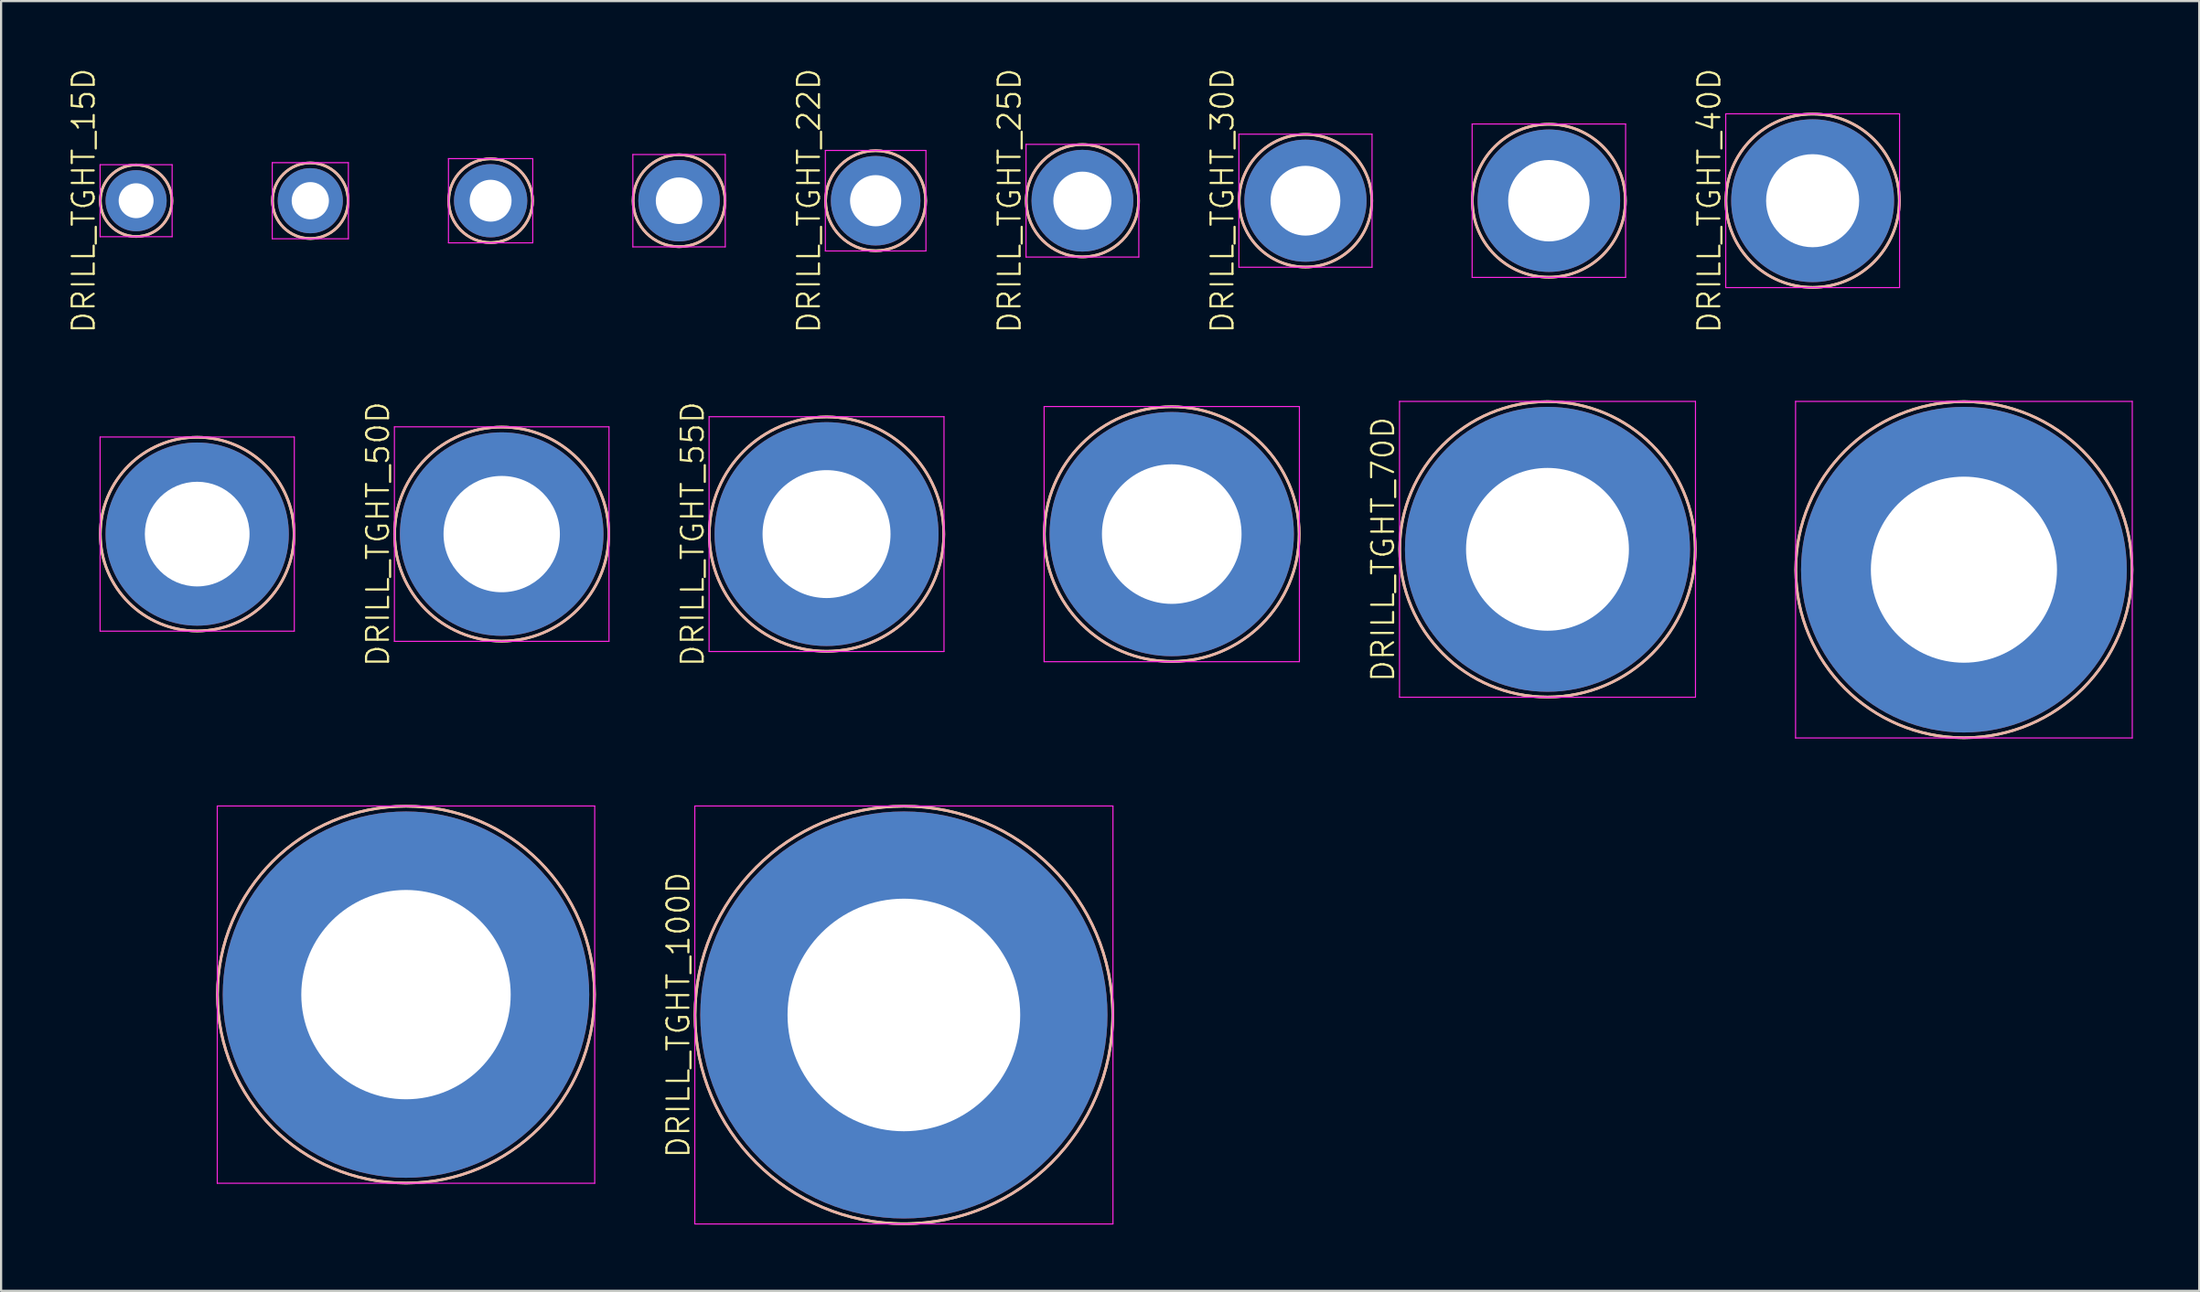
<source format=kicad_pcb>
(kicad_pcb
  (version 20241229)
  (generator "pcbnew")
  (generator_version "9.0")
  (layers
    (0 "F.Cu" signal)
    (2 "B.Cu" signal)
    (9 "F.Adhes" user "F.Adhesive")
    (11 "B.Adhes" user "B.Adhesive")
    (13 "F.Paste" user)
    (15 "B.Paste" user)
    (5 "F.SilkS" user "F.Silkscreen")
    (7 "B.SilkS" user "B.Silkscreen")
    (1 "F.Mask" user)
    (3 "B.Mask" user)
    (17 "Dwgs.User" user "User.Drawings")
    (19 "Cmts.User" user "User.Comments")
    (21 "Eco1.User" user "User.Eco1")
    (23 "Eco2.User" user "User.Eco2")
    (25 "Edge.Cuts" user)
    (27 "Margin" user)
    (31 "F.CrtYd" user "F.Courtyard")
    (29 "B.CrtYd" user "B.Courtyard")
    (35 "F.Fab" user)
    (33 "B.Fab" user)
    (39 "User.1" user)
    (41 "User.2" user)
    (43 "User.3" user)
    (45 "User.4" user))
  (footprint "DRILL_TGHT_40D"
    (layer "F.Cu")
    (at 79.531 6.098)
    (property "Reference" "DRILL_TGHT_40D" (at -4.71 0 90) (layer "F.SilkS") (effects (font (size 1 1) (thickness 0.1))))
    (attr through_hole)
    (fp_circle (center 0 0) (end 3.95 0) (stroke (width 0.12) (type solid)) (fill no) (layer "F.SilkS"))
    (fp_circle (center 0 0) (end 3.95 0) (stroke (width 0.12) (type solid)) (fill no) (layer "B.SilkS"))
    (fp_line (start -3.96 -3.96) (end -3.96 3.96) (stroke (width 0.05) (type solid)) (layer "F.CrtYd"))
    (fp_line (start -3.96 3.96) (end 3.96 3.96) (stroke (width 0.05) (type solid)) (layer "F.CrtYd"))
    (fp_line (start 3.96 -3.96) (end -3.96 -3.96) (stroke (width 0.05) (type solid)) (layer "F.CrtYd"))
    (fp_line (start 3.96 3.96) (end 3.96 -3.96) (stroke (width 0.05) (type solid)) (layer "F.CrtYd"))
    (pad "1" thru_hole oval (at 0 0) (size 7.42 7.42) (drill 4.24) (layers "*.Cu" "*.Mask")))
  (footprint "DRILL_TGHT_45D"
    (layer "F.Cu")
    (at 5.934 21.293)
    (property "Reference" "DRILL_TGHT_45D" (at -5.174 0 90) (layer "User.1") (effects (font (size 1 1) (thickness 0.1))))
    (attr through_hole)
    (fp_circle (center 0 0) (end 4.414 0) (stroke (width 0.12) (type solid)) (fill no) (layer "F.SilkS"))
    (fp_circle (center 0 0) (end 4.414 0) (stroke (width 0.12) (type solid)) (fill no) (layer "B.SilkS"))
    (fp_line (start -4.424 -4.424) (end -4.424 4.424) (stroke (width 0.05) (type solid)) (layer "F.CrtYd"))
    (fp_line (start -4.424 4.424) (end 4.424 4.424) (stroke (width 0.05) (type solid)) (layer "F.CrtYd"))
    (fp_line (start 4.424 -4.424) (end -4.424 -4.424) (stroke (width 0.05) (type solid)) (layer "F.CrtYd"))
    (fp_line (start 4.424 4.424) (end 4.424 -4.424) (stroke (width 0.05) (type solid)) (layer "F.CrtYd"))
    (pad "1" thru_hole oval (at 0 0) (size 8.348 8.348) (drill 4.77) (layers "*.Cu" "*.Mask")))
  (footprint "DRILL_TGHT_18D"
    (layer "F.Cu")
    (at 19.302 6.098)
    (property "Reference" "DRILL_TGHT_18D" (at -2.67 0 90) (layer "User.1") (effects (font (size 1 1) (thickness 0.1))))
    (attr through_hole)
    (fp_circle (center 0 0) (end 1.91 0) (stroke (width 0.12) (type solid)) (fill no) (layer "F.SilkS"))
    (fp_circle (center 0 0) (end 1.91 0) (stroke (width 0.12) (type solid)) (fill no) (layer "B.SilkS"))
    (fp_line (start -1.92 -1.92) (end -1.92 1.92) (stroke (width 0.05) (type solid)) (layer "F.CrtYd"))
    (fp_line (start -1.92 1.92) (end 1.92 1.92) (stroke (width 0.05) (type solid)) (layer "F.CrtYd"))
    (fp_line (start 1.92 -1.92) (end -1.92 -1.92) (stroke (width 0.05) (type solid)) (layer "F.CrtYd"))
    (fp_line (start 1.92 1.92) (end 1.92 -1.92) (stroke (width 0.05) (type solid)) (layer "F.CrtYd"))
    (pad "1" thru_hole oval (at 0 0) (size 3.339 3.339) (drill 1.908) (layers "*.Cu" "*.Mask")))
  (footprint "DRILL_TGHT_70D"
    (layer "F.Cu")
    (at 67.451 21.987)
    (property "Reference" "DRILL_TGHT_70D" (at -7.492 0 90) (layer "F.SilkS") (effects (font (size 1 1) (thickness 0.1))))
    (attr through_hole)
    (fp_circle (center 0 0) (end 6.732 0) (stroke (width 0.12) (type solid)) (fill no) (layer "F.SilkS"))
    (fp_circle (center 0 0) (end 6.732 0) (stroke (width 0.12) (type solid)) (fill no) (layer "B.SilkS"))
    (fp_line (start -6.742 -6.742) (end -6.742 6.742) (stroke (width 0.05) (type solid)) (layer "F.CrtYd"))
    (fp_line (start -6.742 6.742) (end 6.742 6.742) (stroke (width 0.05) (type solid)) (layer "F.CrtYd"))
    (fp_line (start 6.742 -6.742) (end -6.742 -6.742) (stroke (width 0.05) (type solid)) (layer "F.CrtYd"))
    (fp_line (start 6.742 6.742) (end 6.742 -6.742) (stroke (width 0.05) (type solid)) (layer "F.CrtYd"))
    (pad "1" thru_hole oval (at 0 0) (size 12.985 12.985) (drill 7.42) (layers "*.Cu" "*.Mask")))
  (footprint "DRILL_TGHT_16D"
    (layer "F.Cu")
    (at 11.087 6.098)
    (property "Reference" "DRILL_TGHT_16D" (at -2.484 0 90) (layer "User.1") (effects (font (size 1 1) (thickness 0.1))))
    (attr through_hole)
    (fp_circle (center 0 0) (end 1.724 0) (stroke (width 0.12) (type solid)) (fill no) (layer "F.SilkS"))
    (fp_circle (center 0 0) (end 1.724 0) (stroke (width 0.12) (type solid)) (fill no) (layer "B.SilkS"))
    (fp_line (start -1.734 -1.734) (end -1.734 1.734) (stroke (width 0.05) (type solid)) (layer "F.CrtYd"))
    (fp_line (start -1.734 1.734) (end 1.734 1.734) (stroke (width 0.05) (type solid)) (layer "F.CrtYd"))
    (fp_line (start 1.734 -1.734) (end -1.734 -1.734) (stroke (width 0.05) (type solid)) (layer "F.CrtYd"))
    (fp_line (start 1.734 1.734) (end 1.734 -1.734) (stroke (width 0.05) (type solid)) (layer "F.CrtYd"))
    (pad "1" thru_hole oval (at 0 0) (size 2.968 2.968) (drill 1.696) (layers "*.Cu" "*.Mask")))
  (footprint "DRILL_TGHT_55D"
    (layer "F.Cu")
    (at 34.606 21.293)
    (property "Reference" "DRILL_TGHT_55D" (at -6.101 0 90) (layer "F.SilkS") (effects (font (size 1 1) (thickness 0.1))))
    (attr through_hole)
    (fp_circle (center 0 0) (end 5.341 0) (stroke (width 0.12) (type solid)) (fill no) (layer "F.SilkS"))
    (fp_circle (center 0 0) (end 5.341 0) (stroke (width 0.12) (type solid)) (fill no) (layer "B.SilkS"))
    (fp_line (start -5.351 -5.351) (end -5.351 5.351) (stroke (width 0.05) (type solid)) (layer "F.CrtYd"))
    (fp_line (start -5.351 5.351) (end 5.351 5.351) (stroke (width 0.05) (type solid)) (layer "F.CrtYd"))
    (fp_line (start 5.351 -5.351) (end -5.351 -5.351) (stroke (width 0.05) (type solid)) (layer "F.CrtYd"))
    (fp_line (start 5.351 5.351) (end 5.351 -5.351) (stroke (width 0.05) (type solid)) (layer "F.CrtYd"))
    (pad "1" thru_hole oval (at 0 0) (size 10.203 10.203) (drill 5.83) (layers "*.Cu" "*.Mask")))
  (footprint "DRILL_TGHT_20D"
    (layer "F.Cu")
    (at 27.887 6.098)
    (property "Reference" "DRILL_TGHT_20D" (at -2.855 0 90) (layer "User.1") (effects (font (size 1 1) (thickness 0.1))))
    (attr through_hole)
    (fp_circle (center 0 0) (end 2.095 0) (stroke (width 0.12) (type solid)) (fill no) (layer "F.SilkS"))
    (fp_circle (center 0 0) (end 2.095 0) (stroke (width 0.12) (type solid)) (fill no) (layer "B.SilkS"))
    (fp_line (start -2.105 -2.105) (end -2.105 2.105) (stroke (width 0.05) (type solid)) (layer "F.CrtYd"))
    (fp_line (start -2.105 2.105) (end 2.105 2.105) (stroke (width 0.05) (type solid)) (layer "F.CrtYd"))
    (fp_line (start 2.105 -2.105) (end -2.105 -2.105) (stroke (width 0.05) (type solid)) (layer "F.CrtYd"))
    (fp_line (start 2.105 2.105) (end 2.105 -2.105) (stroke (width 0.05) (type solid)) (layer "F.CrtYd"))
    (pad "1" thru_hole oval (at 0 0) (size 3.71 3.71) (drill 2.12) (layers "*.Cu" "*.Mask")))
  (footprint "DRILL_TGHT_25D"
    (layer "F.Cu")
    (at 46.263 6.098)
    (property "Reference" "DRILL_TGHT_25D" (at -3.319 0 90) (layer "F.SilkS") (effects (font (size 1 1) (thickness 0.1))))
    (attr through_hole)
    (fp_circle (center 0 0) (end 2.559 0) (stroke (width 0.12) (type solid)) (fill no) (layer "F.SilkS"))
    (fp_circle (center 0 0) (end 2.559 0) (stroke (width 0.12) (type solid)) (fill no) (layer "B.SilkS"))
    (fp_line (start -2.569 -2.569) (end -2.569 2.569) (stroke (width 0.05) (type solid)) (layer "F.CrtYd"))
    (fp_line (start -2.569 2.569) (end 2.569 2.569) (stroke (width 0.05) (type solid)) (layer "F.CrtYd"))
    (fp_line (start 2.569 -2.569) (end -2.569 -2.569) (stroke (width 0.05) (type solid)) (layer "F.CrtYd"))
    (fp_line (start 2.569 2.569) (end 2.569 -2.569) (stroke (width 0.05) (type solid)) (layer "F.CrtYd"))
    (pad "1" thru_hole oval (at 0 0) (size 4.638 4.638) (drill 2.65) (layers "*.Cu" "*.Mask")))
  (footprint "DRILL_TGHT_60D"
    (layer "F.Cu")
    (at 50.333 21.293)
    (property "Reference" "DRILL_TGHT_60D" (at -6.565 0 90) (layer "User.1") (effects (font (size 1 1) (thickness 0.1))))
    (attr through_hole)
    (fp_circle (center 0 0) (end 5.805 0) (stroke (width 0.12) (type solid)) (fill no) (layer "F.SilkS"))
    (fp_circle (center 0 0) (end 5.805 0) (stroke (width 0.12) (type solid)) (fill no) (layer "B.SilkS"))
    (fp_line (start -5.815 -5.815) (end -5.815 5.815) (stroke (width 0.05) (type solid)) (layer "F.CrtYd"))
    (fp_line (start -5.815 5.815) (end 5.815 5.815) (stroke (width 0.05) (type solid)) (layer "F.CrtYd"))
    (fp_line (start 5.815 -5.815) (end -5.815 -5.815) (stroke (width 0.05) (type solid)) (layer "F.CrtYd"))
    (fp_line (start 5.815 5.815) (end 5.815 -5.815) (stroke (width 0.05) (type solid)) (layer "F.CrtYd"))
    (pad "1" thru_hole oval (at 0 0) (size 11.13 11.13) (drill 6.36) (layers "*.Cu" "*.Mask")))
  (footprint "DRILL_TGHT_80D"
    (layer "F.Cu")
    (at 86.423 22.915)
    (property "Reference" "DRILL_TGHT_80D" (at -8.42 0 90) (layer "User.1") (effects (font (size 1 1) (thickness 0.1))))
    (attr through_hole)
    (fp_circle (center 0 0) (end 7.66 0) (stroke (width 0.12) (type solid)) (fill no) (layer "F.SilkS"))
    (fp_circle (center 0 0) (end 7.66 0) (stroke (width 0.12) (type solid)) (fill no) (layer "B.SilkS"))
    (fp_line (start -7.67 -7.67) (end -7.67 7.67) (stroke (width 0.05) (type solid)) (layer "F.CrtYd"))
    (fp_line (start -7.67 7.67) (end 7.67 7.67) (stroke (width 0.05) (type solid)) (layer "F.CrtYd"))
    (fp_line (start 7.67 -7.67) (end -7.67 -7.67) (stroke (width 0.05) (type solid)) (layer "F.CrtYd"))
    (fp_line (start 7.67 7.67) (end 7.67 -7.67) (stroke (width 0.05) (type solid)) (layer "F.CrtYd"))
    (pad "1" thru_hole oval (at 0 0) (size 14.84 14.84) (drill 8.48) (layers "*.Cu" "*.Mask")))
  (footprint "DRILL_TGHT_30D"
    (layer "F.Cu")
    (at 56.425 6.098)
    (property "Reference" "DRILL_TGHT_30D" (at -3.783 0 90) (layer "F.SilkS") (effects (font (size 1 1) (thickness 0.1))))
    (attr through_hole)
    (fp_circle (center 0 0) (end 3.022 0) (stroke (width 0.12) (type solid)) (fill no) (layer "F.SilkS"))
    (fp_circle (center 0 0) (end 3.022 0) (stroke (width 0.12) (type solid)) (fill no) (layer "B.SilkS"))
    (fp_line (start -3.033 -3.033) (end -3.033 3.033) (stroke (width 0.05) (type solid)) (layer "F.CrtYd"))
    (fp_line (start -3.033 3.033) (end 3.033 3.033) (stroke (width 0.05) (type solid)) (layer "F.CrtYd"))
    (fp_line (start 3.033 -3.033) (end -3.033 -3.033) (stroke (width 0.05) (type solid)) (layer "F.CrtYd"))
    (fp_line (start 3.033 3.033) (end 3.033 -3.033) (stroke (width 0.05) (type solid)) (layer "F.CrtYd"))
    (pad "1" thru_hole oval (at 0 0) (size 5.565 5.565) (drill 3.18) (layers "*.Cu" "*.Mask")))
  (footprint "DRILL_TGHT_90D"
    (layer "F.Cu")
    (at 15.446 42.283)
    (property "Reference" "DRILL_TGHT_90D" (at -9.348 0 0) (layer "User.1") (effects (font (size 1 1) (thickness 0.1))))
    (attr through_hole)
    (fp_circle (center 0 0) (end 8.588 0) (stroke (width 0.12) (type solid)) (fill no) (layer "F.SilkS"))
    (fp_circle (center 0 0) (end 8.588 0) (stroke (width 0.12) (type solid)) (fill no) (layer "B.SilkS"))
    (fp_line (start -8.598 -8.598) (end -8.598 8.598) (stroke (width 0.05) (type solid)) (layer "F.CrtYd"))
    (fp_line (start -8.598 8.598) (end 8.598 8.598) (stroke (width 0.05) (type solid)) (layer "F.CrtYd"))
    (fp_line (start 8.598 -8.598) (end -8.598 -8.598) (stroke (width 0.05) (type solid)) (layer "F.CrtYd"))
    (fp_line (start 8.598 8.598) (end 8.598 -8.598) (stroke (width 0.05) (type solid)) (layer "F.CrtYd"))
    (pad "1" thru_hole oval (at 0 0) (size 16.695 16.695) (drill 9.54) (layers "*.Cu" "*.Mask")))
  (footprint "DRILL_TGHT_50D"
    (layer "F.Cu")
    (at 19.807 21.293)
    (property "Reference" "DRILL_TGHT_50D" (at -5.638 0 90) (layer "F.SilkS") (effects (font (size 1 1) (thickness 0.1))))
    (attr through_hole)
    (fp_circle (center 0 0) (end 4.878 0) (stroke (width 0.12) (type solid)) (fill no) (layer "F.SilkS"))
    (fp_circle (center 0 0) (end 4.878 0) (stroke (width 0.12) (type solid)) (fill no) (layer "B.SilkS"))
    (fp_line (start -4.888 -4.888) (end -4.888 4.888) (stroke (width 0.05) (type solid)) (layer "F.CrtYd"))
    (fp_line (start -4.888 4.888) (end 4.888 4.888) (stroke (width 0.05) (type solid)) (layer "F.CrtYd"))
    (fp_line (start 4.888 -4.888) (end -4.888 -4.888) (stroke (width 0.05) (type solid)) (layer "F.CrtYd"))
    (fp_line (start 4.888 4.888) (end 4.888 -4.888) (stroke (width 0.05) (type solid)) (layer "F.CrtYd"))
    (pad "1" thru_hole oval (at 0 0) (size 9.275 9.275) (drill 5.3) (layers "*.Cu" "*.Mask")))
  (footprint "DRILL_TGHT_15D"
    (layer "F.Cu")
    (at 3.151 6.098)
    (property "Reference" "DRILL_TGHT_15D" (at -2.391 0 90) (layer "F.SilkS") (effects (font (size 1 1) (thickness 0.1))))
    (attr through_hole)
    (fp_circle (center 0 0) (end 1.631 0) (stroke (width 0.12) (type solid)) (fill no) (layer "F.SilkS"))
    (fp_circle (center 0 0) (end 1.631 0) (stroke (width 0.12) (type solid)) (fill no) (layer "B.SilkS"))
    (fp_line (start -1.641 -1.641) (end -1.641 1.641) (stroke (width 0.05) (type solid)) (layer "F.CrtYd"))
    (fp_line (start -1.641 1.641) (end 1.641 1.641) (stroke (width 0.05) (type solid)) (layer "F.CrtYd"))
    (fp_line (start 1.641 -1.641) (end -1.641 -1.641) (stroke (width 0.05) (type solid)) (layer "F.CrtYd"))
    (fp_line (start 1.641 1.641) (end 1.641 -1.641) (stroke (width 0.05) (type solid)) (layer "F.CrtYd"))
    (pad "1" thru_hole oval (at 0 0) (size 2.783 2.783) (drill 1.59) (layers "*.Cu" "*.Mask")))
  (footprint "DRILL_TGHT_22D"
    (layer "F.Cu")
    (at 36.843 6.098)
    (property "Reference" "DRILL_TGHT_22D" (at -3.041 0 90) (layer "F.SilkS") (effects (font (size 1 1) (thickness 0.1))))
    (attr through_hole)
    (fp_circle (center 0 0) (end 2.28 0) (stroke (width 0.12) (type solid)) (fill no) (layer "F.SilkS"))
    (fp_circle (center 0 0) (end 2.28 0) (stroke (width 0.12) (type solid)) (fill no) (layer "B.SilkS"))
    (fp_line (start -2.291 -2.291) (end -2.291 2.291) (stroke (width 0.05) (type solid)) (layer "F.CrtYd"))
    (fp_line (start -2.291 2.291) (end 2.291 2.291) (stroke (width 0.05) (type solid)) (layer "F.CrtYd"))
    (fp_line (start 2.291 -2.291) (end -2.291 -2.291) (stroke (width 0.05) (type solid)) (layer "F.CrtYd"))
    (fp_line (start 2.291 2.291) (end 2.291 -2.291) (stroke (width 0.05) (type solid)) (layer "F.CrtYd"))
    (pad "1" thru_hole oval (at 0 0) (size 4.081 4.081) (drill 2.332) (layers "*.Cu" "*.Mask")))
  (footprint "DRILL_TGHT_35D"
    (layer "F.Cu")
    (at 67.514 6.098)
    (property "Reference" "DRILL_TGHT_35D" (at -4.246 0 90) (layer "User.1") (effects (font (size 1 1) (thickness 0.1))))
    (attr through_hole)
    (fp_circle (center 0 0) (end 3.486 0) (stroke (width 0.12) (type solid)) (fill no) (layer "F.SilkS"))
    (fp_circle (center 0 0) (end 3.486 0) (stroke (width 0.12) (type solid)) (fill no) (layer "B.SilkS"))
    (fp_line (start -3.496 -3.496) (end -3.496 3.496) (stroke (width 0.05) (type solid)) (layer "F.CrtYd"))
    (fp_line (start -3.496 3.496) (end 3.496 3.496) (stroke (width 0.05) (type solid)) (layer "F.CrtYd"))
    (fp_line (start 3.496 -3.496) (end -3.496 -3.496) (stroke (width 0.05) (type solid)) (layer "F.CrtYd"))
    (fp_line (start 3.496 3.496) (end 3.496 -3.496) (stroke (width 0.05) (type solid)) (layer "F.CrtYd"))
    (pad "1" thru_hole oval (at 0 0) (size 6.492 6.492) (drill 3.71) (layers "*.Cu" "*.Mask")))
  (footprint "DRILL_TGHT_100D"
    (layer "F.Cu")
    (at 38.129 43.21)
    (property "Reference" "DRILL_TGHT_100D" (at -10.275 0 90) (layer "F.SilkS") (effects (font (size 1 1) (thickness 0.1))))
    (attr through_hole)
    (fp_circle (center 0 0) (end 9.515 0) (stroke (width 0.12) (type solid)) (fill no) (layer "F.SilkS"))
    (fp_circle (center 0 0) (end 9.515 0) (stroke (width 0.12) (type solid)) (fill no) (layer "B.SilkS"))
    (fp_line (start -9.525 -9.525) (end -9.525 9.525) (stroke (width 0.05) (type solid)) (layer "F.CrtYd"))
    (fp_line (start -9.525 9.525) (end 9.525 9.525) (stroke (width 0.05) (type solid)) (layer "F.CrtYd"))
    (fp_line (start 9.525 -9.525) (end -9.525 -9.525) (stroke (width 0.05) (type solid)) (layer "F.CrtYd"))
    (fp_line (start 9.525 9.525) (end 9.525 -9.525) (stroke (width 0.05) (type solid)) (layer "F.CrtYd"))
    (pad "1" thru_hole oval (at 0 0) (size 18.55 18.55) (drill 10.6) (layers "*.Cu" "*.Mask")))
  (gr_rect
    (start -3 -3)
    (end 97.143 55.785)
    (stroke (width 0.1) (type default))
    (fill no)
    (layer "Edge.Cuts")))
</source>
